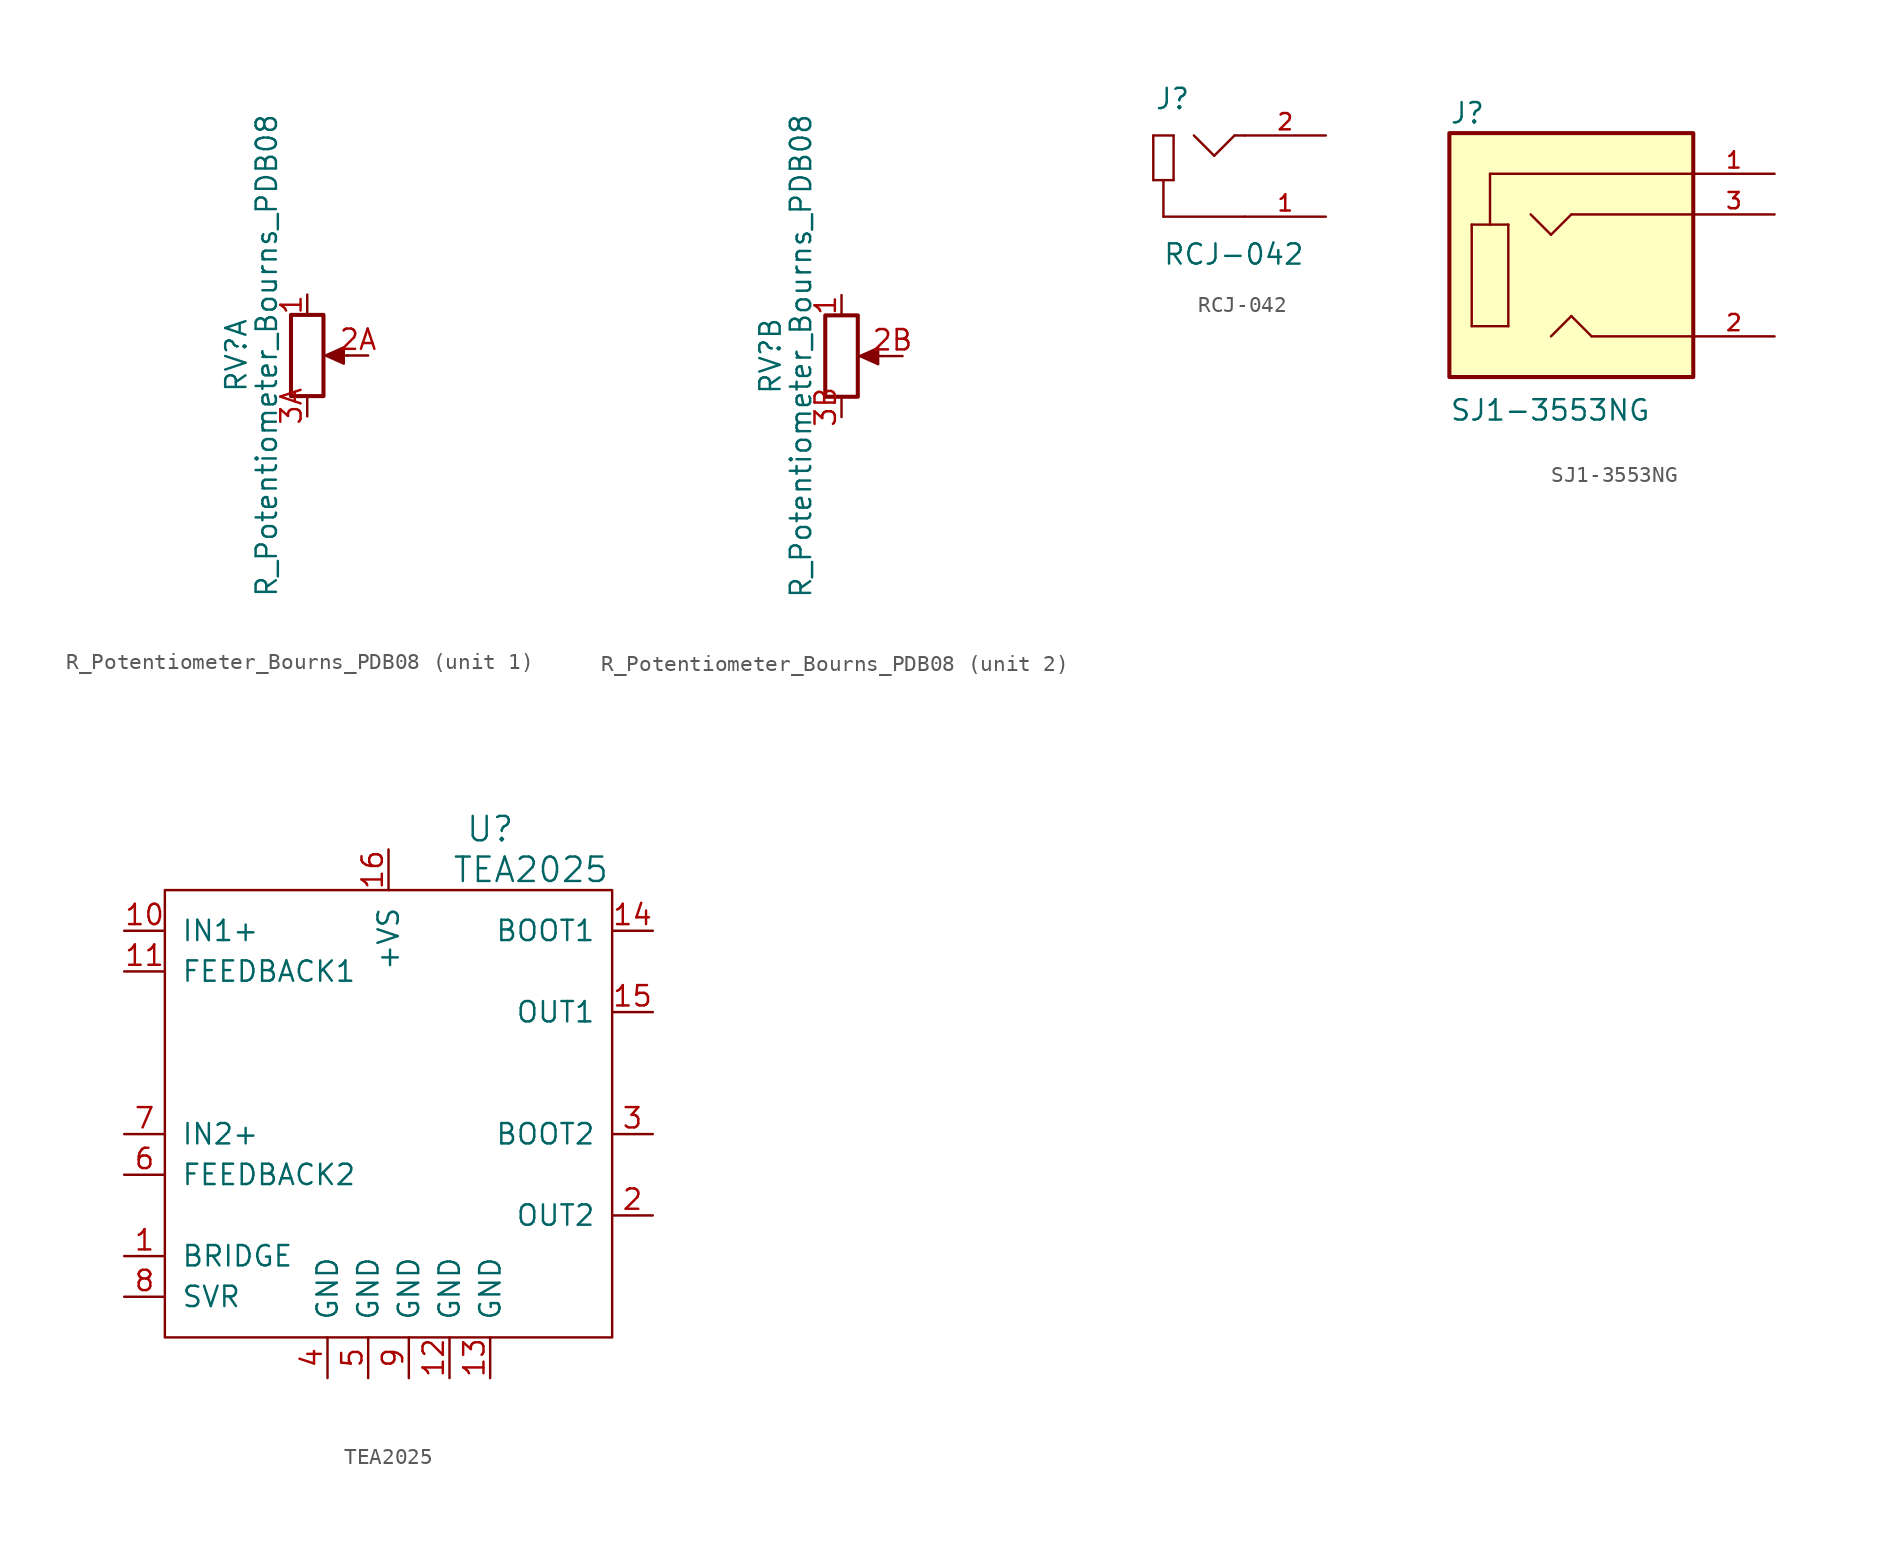
<source format=kicad_sym>
(kicad_symbol_lib
  (version 20211014)
  (generator kicad_symbol_editor)
  (symbol "R_Potentiometer_Bourns_PDB08"
    (pin_names
      (offset 1.016) hide)
    (property "Reference" "RV"
      (at -4.445 0 90)
      (effects (font (size 1.27 1.27))))
    (property "Value" "R_Potentiometer_Bourns_PDB08"
      (at -2.54 0 90)
      (effects (font (size 1.27 1.27))))
    (symbol "R_Potentiometer_Bourns_PDB08_0_1"
      (polyline (pts (xy 2.54 0) (xy 1.524 0)) (stroke (width 0) (type default) (color 0 0 0 0)) (fill (type none)))
      (polyline (pts (xy 1.143 0) (xy 2.286 0.508) (xy 2.286 -0.508) (xy 1.143 0)) (stroke (width 0) (type default) (color 0 0 0 0)) (fill (type outline)))
      (rectangle (start 1.016 2.54) (end -1.016 -2.54) (stroke (width 0.254) (type default) (color 0 0 0 0)) (fill (type none))))
    (symbol "R_Potentiometer_Bourns_PDB08_1_1"
      (pin passive line (at 0 3.81 270) (length 1.27) (name "1" (effects (font (size 1.27 1.27)))) (number "1" (effects (font (size 1.27 1.27)))))
      (pin passive line (at 3.81 0 180) (length 1.27) (name "2A" (effects (font (size 1.27 1.27)))) (number "2A" (effects (font (size 1.27 1.27)))))
      (pin passive line (at 0 -3.81 90) (length 1.27) (name "3A" (effects (font (size 1.27 1.27)))) (number "3A" (effects (font (size 1.27 1.27))))))
    (symbol "R_Potentiometer_Bourns_PDB08_2_1"
      (pin passive line (at 0 3.81 270) (length 1.27) (name "1" (effects (font (size 1.27 1.27)))) (number "1" (effects (font (size 1.27 1.27)))))
      (pin passive line (at 3.81 0 180) (length 1.27) (name "2B" (effects (font (size 1.27 1.27)))) (number "2B" (effects (font (size 1.27 1.27)))))
      (pin passive line (at 0 -3.81 90) (length 1.27) (name "3B" (effects (font (size 1.27 1.27)))) (number "3B" (effects (font (size 1.27 1.27)))))))
  (symbol "RCJ-042"
    (pin_names
      (offset 1.016) hide)
    (property "Reference" "J"
      (at -5.639 4.089 0)
      (effects (font (size 1.27 1.27)) (justify left bottom)))
    (property "Value" "RCJ-042"
      (at -5.131 -5.639 0)
      (effects (font (size 1.27 1.27)) (justify left bottom)))
    (symbol "RCJ-042_0_0"
      (polyline (pts (xy -5.715 -0.254) (xy -5.08 -0.254)) (stroke (width 0.152) (type default) (color 0 0 0 0)) (fill (type none)))
      (polyline (pts (xy -5.715 2.54) (xy -5.715 -0.254)) (stroke (width 0.152) (type default) (color 0 0 0 0)) (fill (type none)))
      (polyline (pts (xy -5.08 -2.54) (xy -5.08 -0.254)) (stroke (width 0.152) (type default) (color 0 0 0 0)) (fill (type none)))
      (polyline (pts (xy -5.08 -0.254) (xy -4.445 -0.254)) (stroke (width 0.152) (type default) (color 0 0 0 0)) (fill (type none)))
      (polyline (pts (xy -4.445 -0.254) (xy -4.445 2.54)) (stroke (width 0.152) (type default) (color 0 0 0 0)) (fill (type none)))
      (polyline (pts (xy -4.445 2.54) (xy -5.715 2.54)) (stroke (width 0.152) (type default) (color 0 0 0 0)) (fill (type none)))
      (polyline (pts (xy -1.905 1.27) (xy -3.175 2.54)) (stroke (width 0.152) (type default) (color 0 0 0 0)) (fill (type none)))
      (polyline (pts (xy -0.635 2.54) (xy -1.905 1.27)) (stroke (width 0.152) (type default) (color 0 0 0 0)) (fill (type none)))
      (polyline (pts (xy 0 -2.54) (xy -5.08 -2.54)) (stroke (width 0.152) (type default) (color 0 0 0 0)) (fill (type none)))
      (polyline (pts (xy 0 2.54) (xy -0.635 2.54)) (stroke (width 0.152) (type default) (color 0 0 0 0)) (fill (type none)))
      (pin passive line (at 5.08 -2.54 180) (length 5.08) (name "~" (effects (font (size 1.016 1.016)))) (number "1" (effects (font (size 1.016 1.016)))))
      (pin passive line (at 5.08 2.54 180) (length 5.08) (name "~" (effects (font (size 1.016 1.016)))) (number "2" (effects (font (size 1.016 1.016)))))))
  (symbol "SJ1-3553NG"
    (pin_names
      (offset 1.016) hide)
    (property "Reference" "J"
      (at -7.62 8.128 0)
      (effects (font (size 1.27 1.27)) (justify left bottom)))
    (property "Value" "SJ1-3553NG"
      (at -7.62 -10.439 0)
      (effects (font (size 1.27 1.27)) (justify left bottom)))
    (symbol "SJ1-3553NG_0_0"
      (rectangle (start -7.62 -7.62) (end 7.62 7.62) (stroke (width 0.254) (type default) (color 0 0 0 0)) (fill (type background)))
      (polyline (pts (xy -6.223 -4.445) (xy -6.223 1.905)) (stroke (width 0.152) (type default) (color 0 0 0 0)) (fill (type none)))
      (polyline (pts (xy -6.223 1.905) (xy -5.08 1.905)) (stroke (width 0.152) (type default) (color 0 0 0 0)) (fill (type none)))
      (polyline (pts (xy -5.08 1.905) (xy -3.937 1.905)) (stroke (width 0.152) (type default) (color 0 0 0 0)) (fill (type none)))
      (polyline (pts (xy -5.08 5.08) (xy -5.08 1.905)) (stroke (width 0.152) (type default) (color 0 0 0 0)) (fill (type none)))
      (polyline (pts (xy -3.937 -4.445) (xy -6.223 -4.445)) (stroke (width 0.152) (type default) (color 0 0 0 0)) (fill (type none)))
      (polyline (pts (xy -3.937 1.905) (xy -3.937 -4.445)) (stroke (width 0.152) (type default) (color 0 0 0 0)) (fill (type none)))
      (polyline (pts (xy -1.27 1.27) (xy -2.54 2.54)) (stroke (width 0.152) (type default) (color 0 0 0 0)) (fill (type none)))
      (polyline (pts (xy 0 -3.81) (xy -1.27 -5.08)) (stroke (width 0.152) (type default) (color 0 0 0 0)) (fill (type none)))
      (polyline (pts (xy 0 2.54) (xy -1.27 1.27)) (stroke (width 0.152) (type default) (color 0 0 0 0)) (fill (type none)))
      (polyline (pts (xy 1.27 -5.08) (xy 0 -3.81)) (stroke (width 0.152) (type default) (color 0 0 0 0)) (fill (type none)))
      (polyline (pts (xy 7.62 -5.08) (xy 1.27 -5.08)) (stroke (width 0.152) (type default) (color 0 0 0 0)) (fill (type none)))
      (polyline (pts (xy 7.62 2.54) (xy 0 2.54)) (stroke (width 0.152) (type default) (color 0 0 0 0)) (fill (type none)))
      (polyline (pts (xy 7.62 5.08) (xy -5.08 5.08)) (stroke (width 0.152) (type default) (color 0 0 0 0)) (fill (type none)))
      (pin passive line (at 12.7 5.08 180) (length 5.08) (name "~" (effects (font (size 1.016 1.016)))) (number "1" (effects (font (size 1.016 1.016)))))
      (pin passive line (at 12.7 -5.08 180) (length 5.08) (name "~" (effects (font (size 1.016 1.016)))) (number "2" (effects (font (size 1.016 1.016)))))
      (pin passive line (at 12.7 2.54 180) (length 5.08) (name "~" (effects (font (size 1.016 1.016)))) (number "3" (effects (font (size 1.016 1.016)))))))
  (symbol "TEA2025"
    (pin_names
      (offset 1.016))
    (property "Reference" "U"
      (at 6.35 16.51 0)
      (effects (font (size 1.524 1.524))))
    (property "Value" "TEA2025"
      (at 8.89 13.97 0)
      (effects (font (size 1.524 1.524))))
    (symbol "TEA2025_0_1"
      (rectangle (start -13.97 12.7) (end 13.97 -15.24) (stroke (width 0) (type default) (color 0 0 0 0)) (fill (type none))))
    (symbol "TEA2025_1_1"
      (pin passive line (at -16.51 -10.16 0) (length 2.54) (name "BRIDGE" (effects (font (size 1.27 1.27)))) (number "1" (effects (font (size 1.27 1.27)))))
      (pin passive line (at -16.51 10.16 0) (length 2.54) (name "IN1+" (effects (font (size 1.27 1.27)))) (number "10" (effects (font (size 1.27 1.27)))))
      (pin passive line (at -16.51 7.62 0) (length 2.54) (name "FEEDBACK1" (effects (font (size 1.27 1.27)))) (number "11" (effects (font (size 1.27 1.27)))))
      (pin power_in line (at 3.81 -17.78 90) (length 2.54) (name "GND" (effects (font (size 1.27 1.27)))) (number "12" (effects (font (size 1.27 1.27)))))
      (pin power_in line (at 6.35 -17.78 90) (length 2.54) (name "GND" (effects (font (size 1.27 1.27)))) (number "13" (effects (font (size 1.27 1.27)))))
      (pin passive line (at 16.51 10.16 180) (length 2.54) (name "BOOT1" (effects (font (size 1.27 1.27)))) (number "14" (effects (font (size 1.27 1.27)))))
      (pin output line (at 16.51 5.08 180) (length 2.54) (name "OUT1" (effects (font (size 1.27 1.27)))) (number "15" (effects (font (size 1.27 1.27)))))
      (pin power_in line (at 0 15.24 270) (length 2.54) (name "+VS" (effects (font (size 1.27 1.27)))) (number "16" (effects (font (size 1.27 1.27)))))
      (pin output line (at 16.51 -7.62 180) (length 2.54) (name "OUT2" (effects (font (size 1.27 1.27)))) (number "2" (effects (font (size 1.27 1.27)))))
      (pin passive line (at 16.51 -2.54 180) (length 2.54) (name "BOOT2" (effects (font (size 1.27 1.27)))) (number "3" (effects (font (size 1.27 1.27)))))
      (pin power_in line (at -3.81 -17.78 90) (length 2.54) (name "GND" (effects (font (size 1.27 1.27)))) (number "4" (effects (font (size 1.27 1.27)))))
      (pin power_in line (at -1.27 -17.78 90) (length 2.54) (name "GND" (effects (font (size 1.27 1.27)))) (number "5" (effects (font (size 1.27 1.27)))))
      (pin passive line (at -16.51 -5.08 0) (length 2.54) (name "FEEDBACK2" (effects (font (size 1.27 1.27)))) (number "6" (effects (font (size 1.27 1.27)))))
      (pin passive line (at -16.51 -2.54 0) (length 2.54) (name "IN2+" (effects (font (size 1.27 1.27)))) (number "7" (effects (font (size 1.27 1.27)))))
      (pin passive line (at -16.51 -12.7 0) (length 2.54) (name "SVR" (effects (font (size 1.27 1.27)))) (number "8" (effects (font (size 1.27 1.27)))))
      (pin power_in line (at 1.27 -17.78 90) (length 2.54) (name "GND" (effects (font (size 1.27 1.27)))) (number "9" (effects (font (size 1.27 1.27))))))))
</source>
